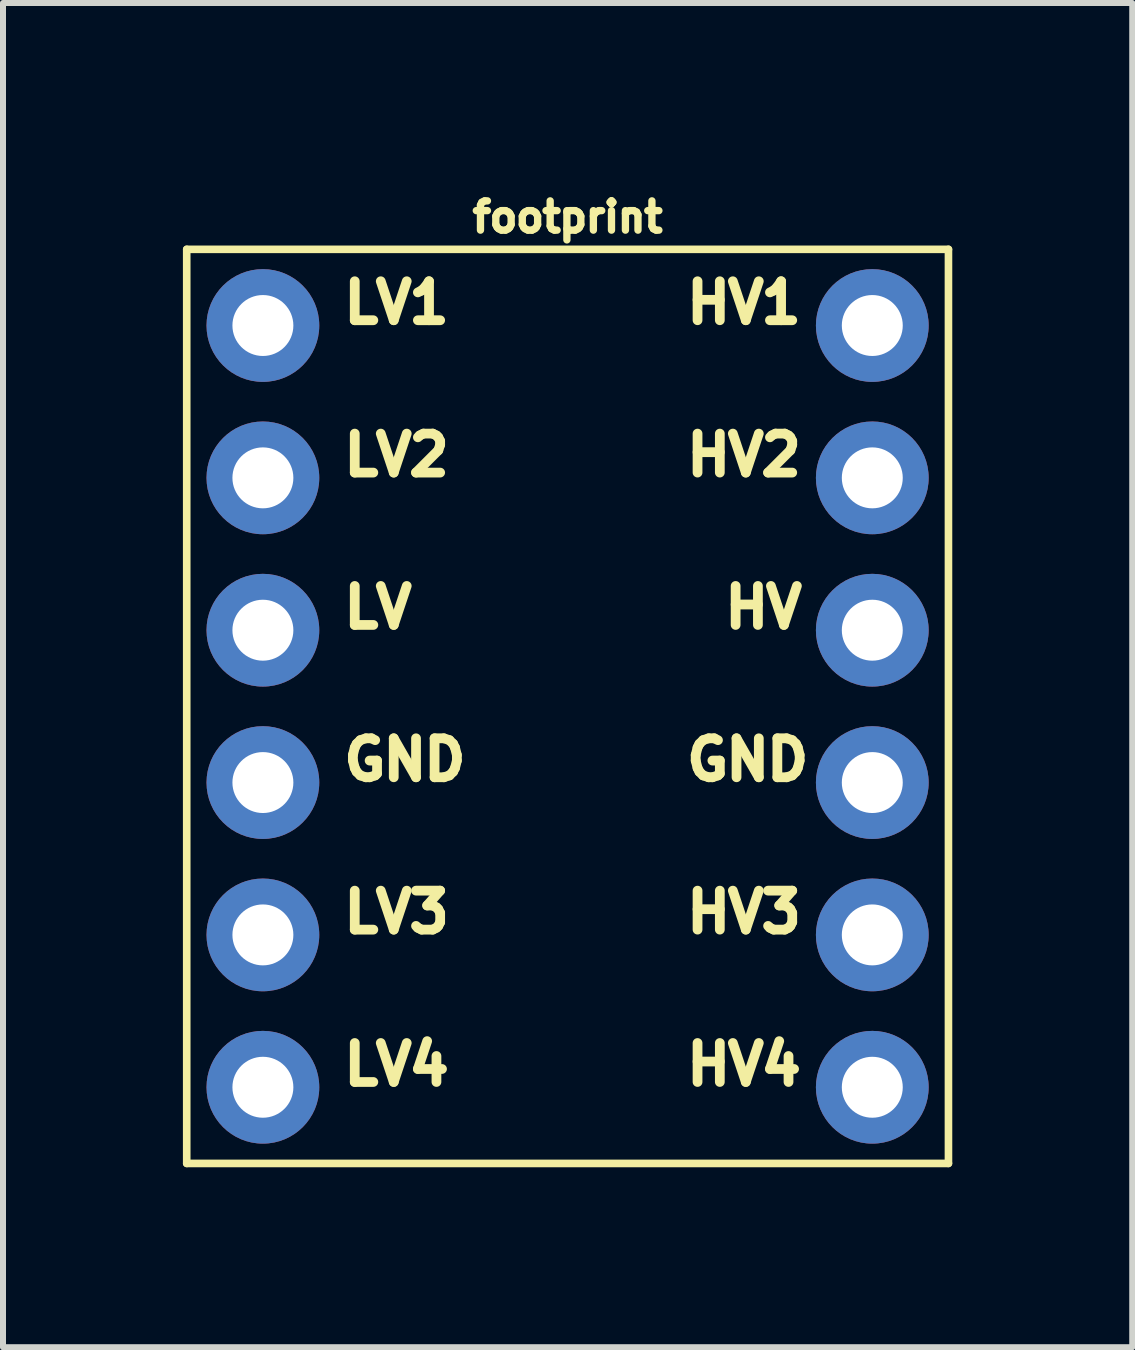
<source format=kicad_pcb>
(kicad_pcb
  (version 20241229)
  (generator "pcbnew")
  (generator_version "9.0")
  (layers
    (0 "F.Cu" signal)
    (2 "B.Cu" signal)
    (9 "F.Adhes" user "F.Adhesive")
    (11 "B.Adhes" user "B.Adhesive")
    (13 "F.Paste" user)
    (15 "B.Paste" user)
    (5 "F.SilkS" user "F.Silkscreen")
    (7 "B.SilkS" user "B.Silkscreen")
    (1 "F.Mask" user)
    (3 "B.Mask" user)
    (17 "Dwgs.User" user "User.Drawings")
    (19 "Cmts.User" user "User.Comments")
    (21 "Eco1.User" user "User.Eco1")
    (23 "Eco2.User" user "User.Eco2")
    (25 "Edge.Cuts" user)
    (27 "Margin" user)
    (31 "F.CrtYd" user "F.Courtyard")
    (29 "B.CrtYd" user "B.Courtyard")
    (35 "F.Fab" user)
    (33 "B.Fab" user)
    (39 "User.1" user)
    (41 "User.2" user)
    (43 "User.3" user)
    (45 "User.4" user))
  (footprint "footprint"
    (layer "F.Cu")
    (at 6.413 8.727)
    (property "Reference" "footprint" (at 0 -7.874 0) (layer "F.SilkS") (effects (font (size 0.488 0.488) (thickness 0.122)) (justify bottom)))
    (fp_line (start -6.35 -7.62) (end 6.35 -7.62) (stroke (width 0.127) (type solid)) (layer "F.SilkS"))
    (fp_line (start -6.35 7.62) (end -6.35 -7.62) (stroke (width 0.127) (type solid)) (layer "F.SilkS"))
    (fp_line (start 6.35 -7.62) (end 6.35 7.62) (stroke (width 0.127) (type solid)) (layer "F.SilkS"))
    (fp_line (start 6.35 7.62) (end -6.35 7.62) (stroke (width 0.127) (type solid)) (layer "F.SilkS"))
    (fp_text user "LV" (at -3.81 -1.27 0) (layer "F.SilkS") (effects (font (size 0.65 0.65) (thickness 0.163)) (justify left bottom)))
    (fp_text user "HV4" (at 1.905 6.35 0) (layer "F.SilkS") (effects (font (size 0.65 0.65) (thickness 0.163)) (justify left bottom)))
    (fp_text user "HV3" (at 1.905 3.81 0) (layer "F.SilkS") (effects (font (size 0.65 0.65) (thickness 0.163)) (justify left bottom)))
    (fp_text user "LV4" (at -3.81 6.35 0) (layer "F.SilkS") (effects (font (size 0.65 0.65) (thickness 0.163)) (justify left bottom)))
    (fp_text user "LV2" (at -3.81 -3.81 0) (layer "F.SilkS") (effects (font (size 0.65 0.65) (thickness 0.163)) (justify left bottom)))
    (fp_text user "LV3" (at -3.81 3.81 0) (layer "F.SilkS") (effects (font (size 0.65 0.65) (thickness 0.163)) (justify left bottom)))
    (fp_text user "LV1" (at -3.81 -6.35 0) (layer "F.SilkS") (effects (font (size 0.65 0.65) (thickness 0.163)) (justify left bottom)))
    (fp_text user "HV" (at 2.54 -1.27 0) (layer "F.SilkS") (effects (font (size 0.65 0.65) (thickness 0.163)) (justify left bottom)))
    (fp_text user "GND" (at 1.905 1.27 0) (layer "F.SilkS") (effects (font (size 0.65 0.65) (thickness 0.163)) (justify left bottom)))
    (fp_text user "GND" (at -3.81 1.27 0) (layer "F.SilkS") (effects (font (size 0.65 0.65) (thickness 0.163)) (justify left bottom)))
    (fp_text user "HV1" (at 1.905 -6.35 0) (layer "F.SilkS") (effects (font (size 0.65 0.65) (thickness 0.163)) (justify left bottom)))
    (fp_text user "HV2" (at 1.905 -3.81 0) (layer "F.SilkS") (effects (font (size 0.65 0.65) (thickness 0.163)) (justify left bottom)))
    (pad "GND1" thru_hole circle (at -5.08 1.27) (size 1.88 1.88) (drill 1.016) (layers "*.Cu" "*.Mask"))
    (pad "GND2" thru_hole circle (at 5.08 1.27) (size 1.88 1.88) (drill 1.016) (layers "*.Cu" "*.Mask"))
    (pad "HV" thru_hole circle (at 5.08 -1.27) (size 1.88 1.88) (drill 1.016) (layers "*.Cu" "*.Mask"))
    (pad "HV1" thru_hole circle (at 5.08 -6.35) (size 1.88 1.88) (drill 1.016) (layers "*.Cu" "*.Mask"))
    (pad "HV2" thru_hole circle (at 5.08 -3.81) (size 1.88 1.88) (drill 1.016) (layers "*.Cu" "*.Mask"))
    (pad "HV3" thru_hole circle (at 5.08 3.81) (size 1.88 1.88) (drill 1.016) (layers "*.Cu" "*.Mask"))
    (pad "HV4" thru_hole circle (at 5.08 6.35) (size 1.88 1.88) (drill 1.016) (layers "*.Cu" "*.Mask"))
    (pad "LV" thru_hole circle (at -5.08 -1.27) (size 1.88 1.88) (drill 1.016) (layers "*.Cu" "*.Mask"))
    (pad "LV1" thru_hole circle (at -5.08 -6.35) (size 1.88 1.88) (drill 1.016) (layers "*.Cu" "*.Mask"))
    (pad "LV2" thru_hole circle (at -5.08 -3.81) (size 1.88 1.88) (drill 1.016) (layers "*.Cu" "*.Mask"))
    (pad "LV3" thru_hole circle (at -5.08 3.81) (size 1.88 1.88) (drill 1.016) (layers "*.Cu" "*.Mask"))
    (pad "LV4" thru_hole circle (at -5.08 6.35) (size 1.88 1.88) (drill 1.016) (layers "*.Cu" "*.Mask")))
  (gr_rect
    (start -3 -3)
    (end 15.827 19.411)
    (stroke (width 0.1) (type default))
    (fill no)
    (layer "Edge.Cuts")))
</source>
